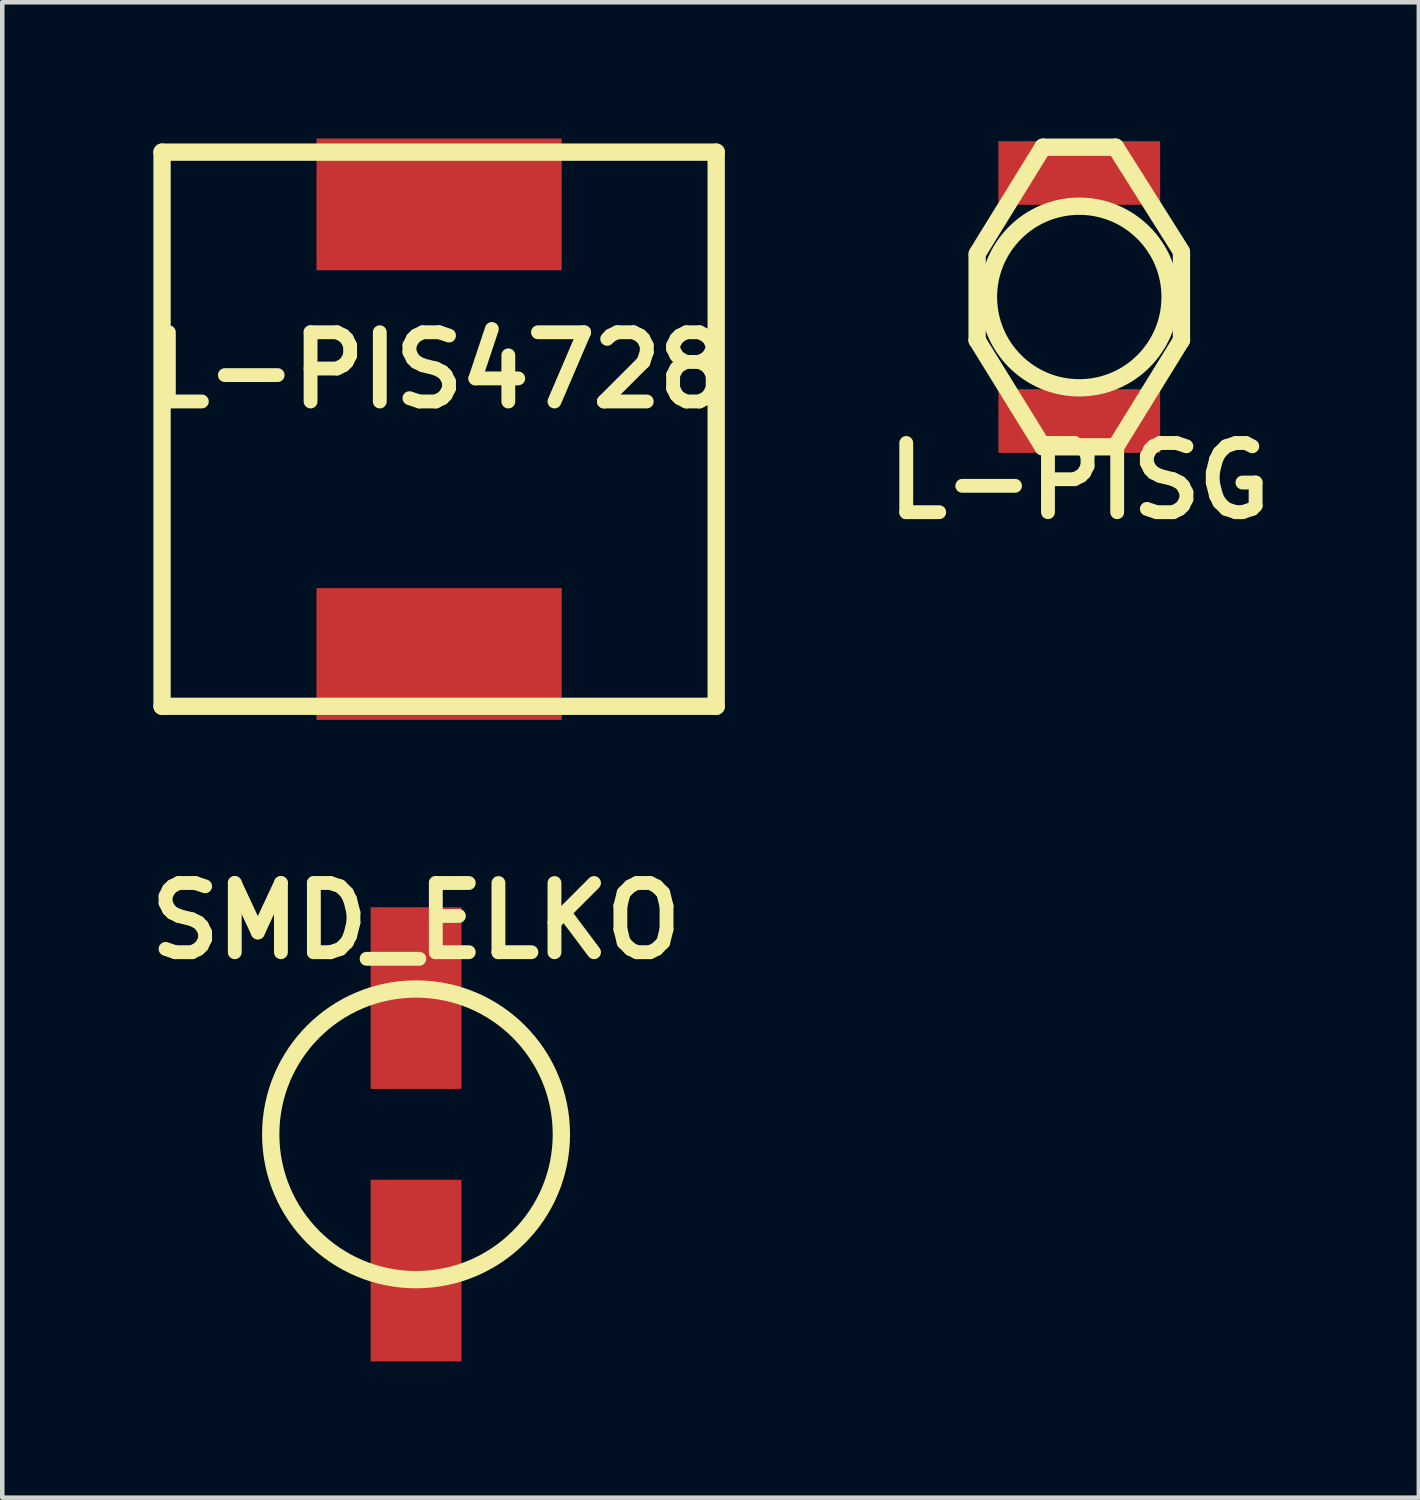
<source format=kicad_pcb>
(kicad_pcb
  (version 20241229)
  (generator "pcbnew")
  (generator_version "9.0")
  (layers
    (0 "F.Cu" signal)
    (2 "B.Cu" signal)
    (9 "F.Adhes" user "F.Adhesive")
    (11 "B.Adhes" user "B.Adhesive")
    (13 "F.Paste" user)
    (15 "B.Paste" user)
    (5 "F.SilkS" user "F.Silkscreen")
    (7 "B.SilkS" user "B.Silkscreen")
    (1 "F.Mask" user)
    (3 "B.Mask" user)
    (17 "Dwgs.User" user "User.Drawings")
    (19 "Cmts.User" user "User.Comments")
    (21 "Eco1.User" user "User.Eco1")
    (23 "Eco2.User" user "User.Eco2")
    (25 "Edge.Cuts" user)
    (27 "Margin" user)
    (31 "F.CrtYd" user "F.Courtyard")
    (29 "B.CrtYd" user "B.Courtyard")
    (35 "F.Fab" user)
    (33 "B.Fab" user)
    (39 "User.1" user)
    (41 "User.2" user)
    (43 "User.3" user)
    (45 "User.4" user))
  (footprint "L-PISG"
    (layer "F.Cu")
    (at 20.715 3.49)
    (property "Reference" "L-PISG" (at 0 4.049 0) (layer "F.SilkS") (effects (font (size 1.524 1.524) (thickness 0.305))))
    (attr through_hole)
    (fp_line (start -2.25 -0.95) (end -0.8 -3.299) (stroke (width 0.381) (type solid)) (layer "F.SilkS"))
    (fp_line (start -2.25 0.95) (end -2.25 -0.899) (stroke (width 0.381) (type solid)) (layer "F.SilkS"))
    (fp_line (start -2.25 0.95) (end -0.8 3.299) (stroke (width 0.381) (type solid)) (layer "F.SilkS"))
    (fp_line (start -0.8 -3.299) (end 0.8 -3.299) (stroke (width 0.381) (type solid)) (layer "F.SilkS"))
    (fp_line (start -0.8 3.299) (end 0.8 3.299) (stroke (width 0.381) (type solid)) (layer "F.SilkS"))
    (fp_line (start 0.8 -3.299) (end 2.25 -1.001) (stroke (width 0.381) (type solid)) (layer "F.SilkS"))
    (fp_line (start 0.8 3.299) (end 2.25 0.95) (stroke (width 0.381) (type solid)) (layer "F.SilkS"))
    (fp_line (start 2.25 -0.95) (end 2.25 0.95) (stroke (width 0.381) (type solid)) (layer "F.SilkS"))
    (fp_circle (center 0 0) (end 1.999 -0.051) (stroke (width 0.381) (type solid)) (fill no) (layer "F.SilkS"))
    (pad "1" smd rect (at 0 -2.731) (size 3.561 1.4) (layers "F.Cu" "F.Mask" "F.Paste"))
    (pad "2" smd rect (at 0 2.731) (size 3.561 1.4) (layers "F.Cu" "F.Mask" "F.Paste")))
  (footprint "L-PIS4728"
    (layer "F.Cu")
    (at 6.619 6.401)
    (property "Reference" "L-PIS4728" (at 0 -1.3 0) (layer "F.SilkS") (effects (font (size 1.524 1.524) (thickness 0.305))))
    (attr through_hole)
    (fp_line (start -6.101 -6.101) (end 6.101 -6.101) (stroke (width 0.381) (type solid)) (layer "F.SilkS"))
    (fp_line (start -6.101 6.101) (end -6.101 -6.101) (stroke (width 0.381) (type solid)) (layer "F.SilkS"))
    (fp_line (start 6.101 -6.101) (end 6.101 6.101) (stroke (width 0.381) (type solid)) (layer "F.SilkS"))
    (fp_line (start 6.101 6.101) (end -6.101 6.101) (stroke (width 0.381) (type solid)) (layer "F.SilkS"))
    (pad "1" smd rect (at 0 -4.95) (size 5.4 2.901) (layers "F.Cu" "F.Mask" "F.Paste"))
    (pad "2" smd rect (at 0 4.95) (size 5.4 2.901) (layers "F.Cu" "F.Mask" "F.Paste")))
  (footprint "SMD_ELKO"
    (layer "F.Cu")
    (at 6.111 21.927)
    (property "Reference" "SMD_ELKO" (at 0 -4.699 0) (layer "F.SilkS") (effects (font (size 1.524 1.524) (thickness 0.305))))
    (attr through_hole)
    (fp_circle (center 0 0) (end 0 -3.2) (stroke (width 0.381) (type solid)) (fill no) (layer "F.SilkS"))
    (pad "1" smd rect (at 0 -3) (size 2 4) (layers "F.Cu" "F.Mask" "F.Paste"))
    (pad "2" smd rect (at 0 3) (size 2 4) (layers "F.Cu" "F.Mask" "F.Paste")))
  (gr_rect
    (start -3 -3)
    (end 28.192 29.927)
    (stroke (width 0.1) (type default))
    (fill no)
    (layer "Edge.Cuts")))
</source>
